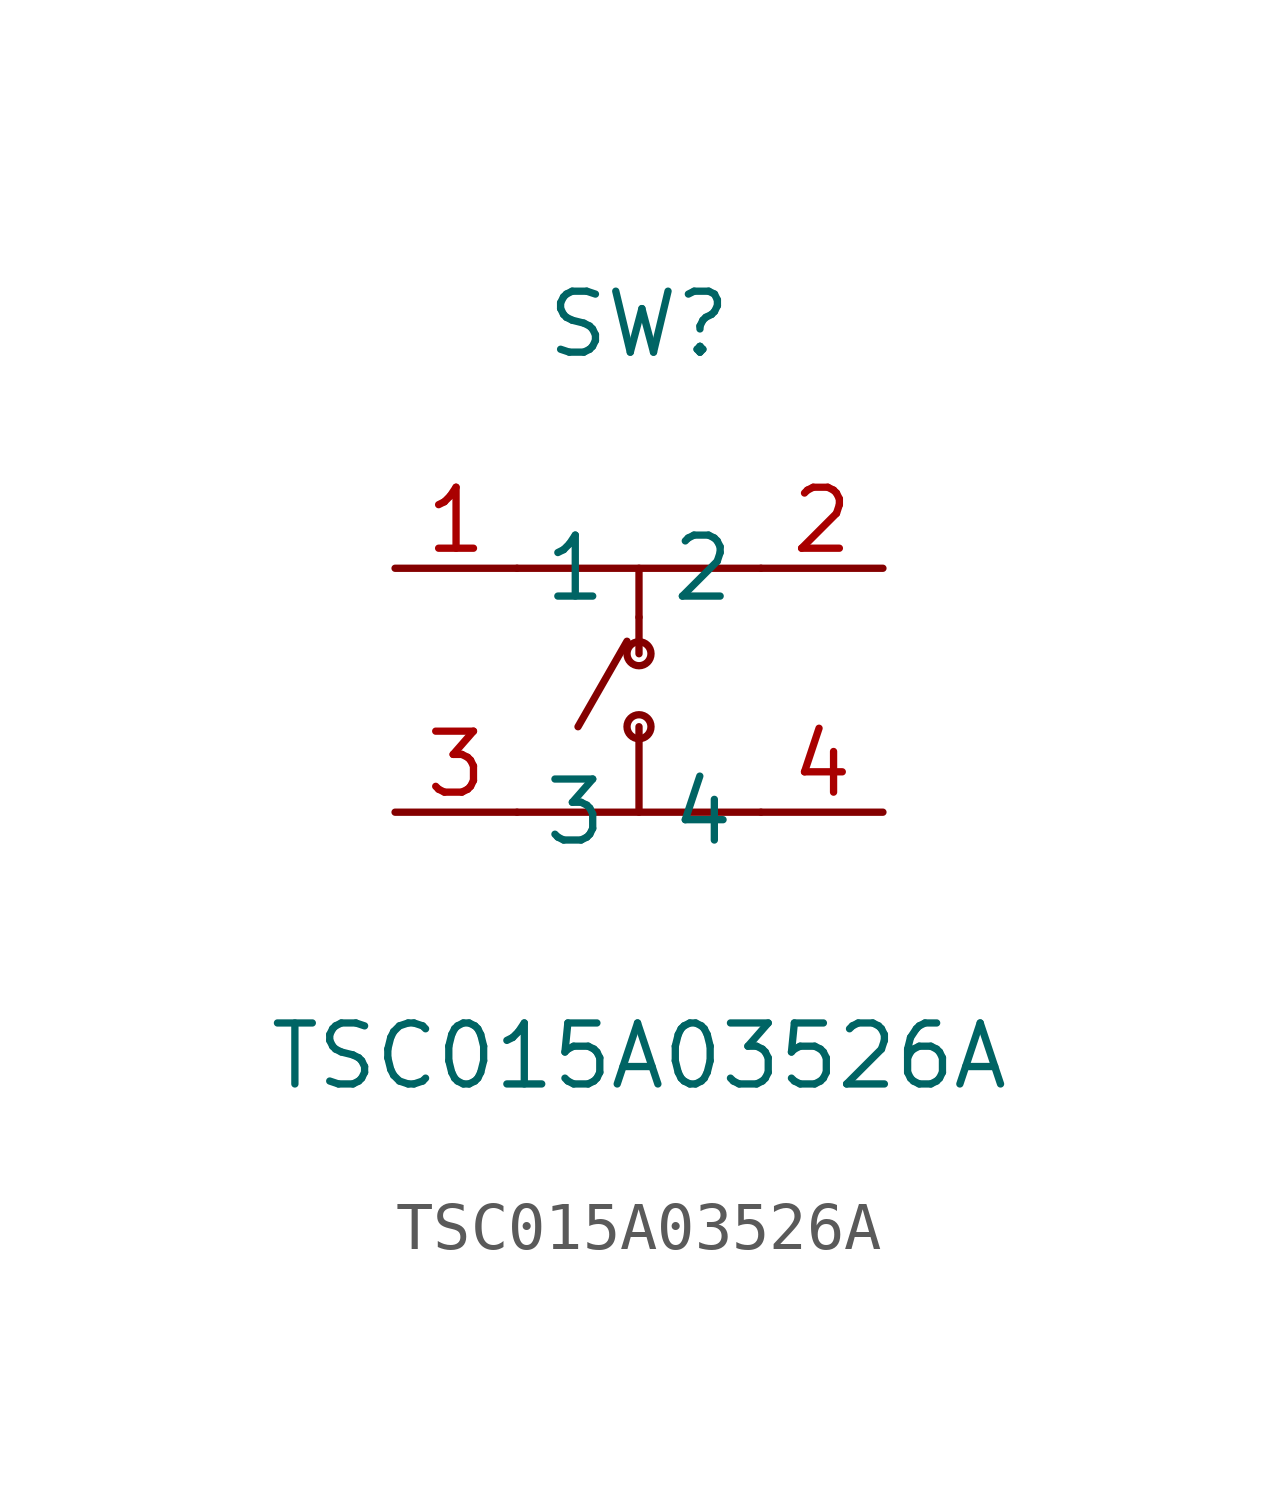
<source format=kicad_sym>
(kicad_symbol_lib
  (version 20211014)
  (generator https://github.com/uPesy/easyeda2kicad.py)
  (symbol "TSC015A03526A"
    (property "Reference" "SW"
      (at 0 7.62 0)
      (effects (font (size 1.27 1.27))))
    (property "Value" "TSC015A03526A"
      (at 0 -7.62 0)
      (effects (font (size 1.27 1.27))))
    (symbol "TSC015A03526A_0_1"
      (circle (center 0.00 -0.76) (radius 0.25) (stroke (width 0) (type default) (color 0 0 0 0)) (fill (type none)))
      (circle (center 0.00 0.76) (radius 0.25) (stroke (width 0) (type default) (color 0 0 0 0)) (fill (type none)))
      (polyline (pts (xy -1.27 -0.76) (xy -0.25 1.02)) (stroke (width 0) (type default) (color 0 0 0 0)) (fill (type none)))
      (polyline (pts (xy 0.00 1.52) (xy 0.00 0.76)) (stroke (width 0) (type default) (color 0 0 0 0)) (fill (type none)))
      (polyline (pts (xy 0.00 -2.54) (xy 0.00 -0.76)) (stroke (width 0) (type default) (color 0 0 0 0)) (fill (type none)))
      (polyline (pts (xy 0.00 2.54) (xy 0.00 1.52)) (stroke (width 0) (type default) (color 0 0 0 0)) (fill (type none)))
      (polyline (pts (xy -2.54 -2.54) (xy 2.54 -2.54)) (stroke (width 0) (type default) (color 0 0 0 0)) (fill (type none)))
      (polyline (pts (xy -2.54 2.54) (xy 2.54 2.54)) (stroke (width 0) (type default) (color 0 0 0 0)) (fill (type none)))
      (pin unspecified line (at 5.08 -2.54 180) (length 2.54) (name "4" (effects (font (size 1.27 1.27)))) (number "4" (effects (font (size 1.27 1.27)))))
      (pin unspecified line (at -5.08 -2.54 0) (length 2.54) (name "3" (effects (font (size 1.27 1.27)))) (number "3" (effects (font (size 1.27 1.27)))))
      (pin unspecified line (at 5.08 2.54 180) (length 2.54) (name "2" (effects (font (size 1.27 1.27)))) (number "2" (effects (font (size 1.27 1.27)))))
      (pin unspecified line (at -5.08 2.54 0) (length 2.54) (name "1" (effects (font (size 1.27 1.27)))) (number "1" (effects (font (size 1.27 1.27))))))))
</source>
